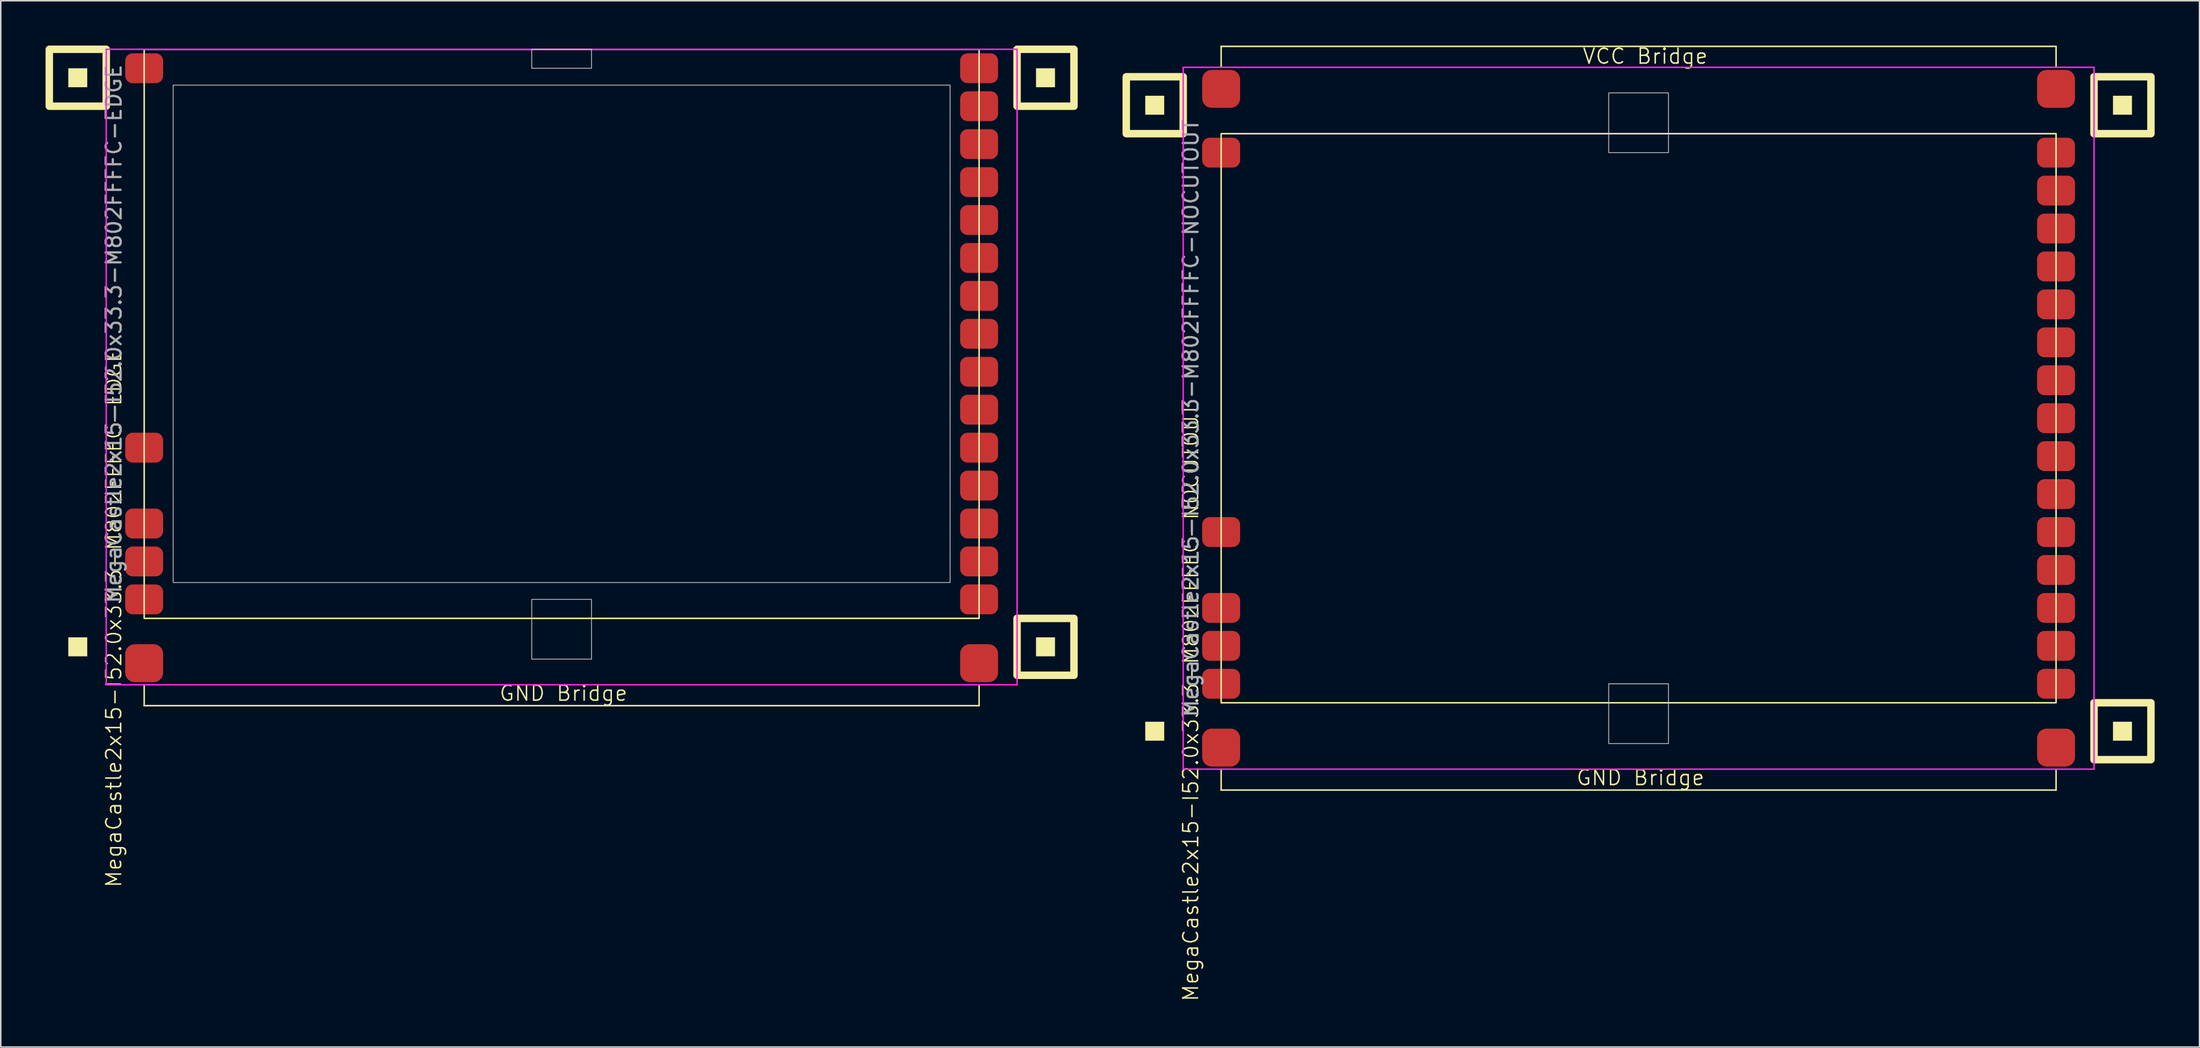
<source format=kicad_pcb>
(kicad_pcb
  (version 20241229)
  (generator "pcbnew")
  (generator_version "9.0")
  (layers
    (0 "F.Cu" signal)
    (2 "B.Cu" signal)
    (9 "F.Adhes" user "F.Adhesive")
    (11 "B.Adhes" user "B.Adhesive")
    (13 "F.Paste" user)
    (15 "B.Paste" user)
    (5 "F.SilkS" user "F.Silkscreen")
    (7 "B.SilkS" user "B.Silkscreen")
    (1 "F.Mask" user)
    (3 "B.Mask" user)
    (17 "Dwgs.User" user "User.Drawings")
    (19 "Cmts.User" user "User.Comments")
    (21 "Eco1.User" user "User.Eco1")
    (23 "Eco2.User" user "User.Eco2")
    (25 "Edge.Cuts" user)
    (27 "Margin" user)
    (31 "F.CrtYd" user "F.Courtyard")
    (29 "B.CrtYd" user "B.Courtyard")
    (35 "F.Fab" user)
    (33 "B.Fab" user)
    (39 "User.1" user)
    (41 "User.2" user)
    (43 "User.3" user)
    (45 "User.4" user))
  (footprint "MegaCastle2x15-I52.0x33.3-M802FFFFC-NOCUTOUT"
    (layer "F.Cu")
    (at 106.62 24.95)
    (property "Reference" "MegaCastle2x15-I52.0x33.3-M802FFFFC-NOCUTOUT" (at -29.972 19.05 90) (unlocked yes) (layer "F.SilkS") (effects (font (size 1 1) (thickness 0.1))))
    (attr smd)
    (fp_line (start -27.94 -24.895) (end 27.94 -24.895) (stroke (width 0.1) (type default)) (layer "F.SilkS"))
    (fp_line (start -27.94 -23.495) (end -27.94 -24.895) (stroke (width 0.1) (type default)) (layer "F.SilkS"))
    (fp_line (start -27.94 23.495) (end -27.94 24.895) (stroke (width 0.1) (type default)) (layer "F.SilkS"))
    (fp_line (start -27.94 24.895) (end 27.94 24.895) (stroke (width 0.1) (type default)) (layer "F.SilkS"))
    (fp_line (start 27.94 -23.495) (end 27.94 -24.895) (stroke (width 0.1) (type default)) (layer "F.SilkS"))
    (fp_line (start 27.94 23.495) (end 27.94 24.895) (stroke (width 0.1) (type default)) (layer "F.SilkS"))
    (fp_rect (start -31.75 -20.32) (end -33.02 -21.59) (stroke (width 0) (type solid)) (fill yes) (layer "F.SilkS"))
    (fp_rect (start -31.75 21.59) (end -33.02 20.32) (stroke (width 0) (type solid)) (fill yes) (layer "F.SilkS"))
    (fp_rect (start -30.48 -19.05) (end -34.29 -22.86) (stroke (width 0.5) (type default)) (fill no) (layer "F.SilkS"))
    (fp_rect (start -27.94 -19.05) (end 27.94 19.05) (stroke (width 0.1) (type default)) (fill no) (layer "F.SilkS"))
    (fp_rect (start 33.02 -20.32) (end 31.75 -21.59) (stroke (width 0) (type solid)) (fill yes) (layer "F.SilkS"))
    (fp_rect (start 33.02 21.59) (end 31.75 20.32) (stroke (width 0) (type solid)) (fill yes) (layer "F.SilkS"))
    (fp_rect (start 34.29 -19.05) (end 30.48 -22.86) (stroke (width 0.5) (type default)) (fill no) (layer "F.SilkS"))
    (fp_rect (start 34.29 22.86) (end 30.48 19.05) (stroke (width 0.5) (type default)) (fill no) (layer "F.SilkS"))
    (fp_rect (start -2 -17.78) (end 2 -21.78) (stroke (width 0.05) (type default)) (fill no) (layer "Edge.Cuts"))
    (fp_rect (start -2 17.78) (end 2 21.78) (stroke (width 0.05) (type default)) (fill no) (layer "Edge.Cuts"))
    (fp_line (start -30.48 -23.495) (end -30.48 23.495) (stroke (width 0.1) (type default)) (layer "F.CrtYd"))
    (fp_line (start -30.48 23.495) (end 30.48 23.495) (stroke (width 0.1) (type default)) (layer "F.CrtYd"))
    (fp_line (start 30.48 -23.495) (end -30.48 -23.495) (stroke (width 0.1) (type default)) (layer "F.CrtYd"))
    (fp_line (start 30.48 -23.495) (end 30.48 23.495) (stroke (width 0.1) (type default)) (layer "F.CrtYd"))
    (fp_text user "VCC Bridge" (at -3.81 -23.65 0) (unlocked yes) (layer "F.SilkS") (effects (font (size 1 1) (thickness 0.1)) (justify left bottom)))
    (fp_text user "GND Bridge" (at -4.226 24.65 0) (unlocked yes) (layer "F.SilkS") (effects (font (size 1 1) (thickness 0.1)) (justify left bottom)))
    (fp_text user "${REFERENCE}" (at -29.972 0 90) (unlocked yes) (layer "F.Fab") (effects (font (size 1 1) (thickness 0.15))))
    (pad "1" smd roundrect (at -27.94 -17.78) (size 2.54 2) (layers "F.Cu" "F.Mask" "F.Paste") (roundrect_rratio 0.25))
    (pad "11" smd roundrect (at -27.94 7.62) (size 2.54 2) (layers "F.Cu" "F.Mask" "F.Paste") (roundrect_rratio 0.25))
    (pad "13" smd roundrect (at -27.94 12.7) (size 2.54 2) (layers "F.Cu" "F.Mask" "F.Paste") (roundrect_rratio 0.25))
    (pad "14" smd roundrect (at -27.94 15.24) (size 2.54 2) (layers "F.Cu" "F.Mask" "F.Paste") (roundrect_rratio 0.25))
    (pad "15" smd roundrect (at -27.94 17.78) (size 2.54 2) (layers "F.Cu" "F.Mask" "F.Paste") (roundrect_rratio 0.25))
    (pad "16" smd roundrect (at 27.94 -17.78) (size 2.54 2) (layers "F.Cu" "F.Mask" "F.Paste") (roundrect_rratio 0.25))
    (pad "17" smd roundrect (at 27.94 -15.24) (size 2.54 2) (layers "F.Cu" "F.Mask" "F.Paste") (roundrect_rratio 0.25))
    (pad "18" smd roundrect (at 27.94 -12.7) (size 2.54 2) (layers "F.Cu" "F.Mask" "F.Paste") (roundrect_rratio 0.25))
    (pad "19" smd roundrect (at 27.94 -10.16) (size 2.54 2) (layers "F.Cu" "F.Mask" "F.Paste") (roundrect_rratio 0.25))
    (pad "20" smd roundrect (at 27.94 -7.62) (size 2.54 2) (layers "F.Cu" "F.Mask" "F.Paste") (roundrect_rratio 0.25))
    (pad "21" smd roundrect (at 27.94 -5.08) (size 2.54 2) (layers "F.Cu" "F.Mask" "F.Paste") (roundrect_rratio 0.25))
    (pad "22" smd roundrect (at 27.94 -2.54) (size 2.54 2) (layers "F.Cu" "F.Mask" "F.Paste") (roundrect_rratio 0.25))
    (pad "23" smd roundrect (at 27.94 0) (size 2.54 2) (layers "F.Cu" "F.Mask" "F.Paste") (roundrect_rratio 0.25))
    (pad "24" smd roundrect (at 27.94 2.54) (size 2.54 2) (layers "F.Cu" "F.Mask" "F.Paste") (roundrect_rratio 0.25))
    (pad "25" smd roundrect (at 27.94 5.08) (size 2.54 2) (layers "F.Cu" "F.Mask" "F.Paste") (roundrect_rratio 0.25))
    (pad "26" smd roundrect (at 27.94 7.62) (size 2.54 2) (layers "F.Cu" "F.Mask" "F.Paste") (roundrect_rratio 0.25))
    (pad "27" smd roundrect (at 27.94 10.16) (size 2.54 2) (layers "F.Cu" "F.Mask" "F.Paste") (roundrect_rratio 0.25))
    (pad "28" smd roundrect (at 27.94 12.7) (size 2.54 2) (layers "F.Cu" "F.Mask" "F.Paste") (roundrect_rratio 0.25))
    (pad "29" smd roundrect (at 27.94 15.24) (size 2.54 2) (layers "F.Cu" "F.Mask" "F.Paste") (roundrect_rratio 0.25))
    (pad "30" smd roundrect (at 27.94 17.78) (size 2.54 2) (layers "F.Cu" "F.Mask" "F.Paste") (roundrect_rratio 0.25))
    (pad "A1" smd roundrect (at -27.94 -22.05) (size 2.54 2.54) (layers "F.Cu" "F.Mask" "F.Paste") (roundrect_rratio 0.25))
    (pad "A2" smd roundrect (at 27.94 -22.05) (size 2.54 2.54) (layers "F.Cu" "F.Mask" "F.Paste") (roundrect_rratio 0.25))
    (pad "B1" smd roundrect (at -27.94 22.05) (size 2.54 2.54) (layers "F.Cu" "F.Mask" "F.Paste") (roundrect_rratio 0.25))
    (pad "B2" smd roundrect (at 27.94 22.05) (size 2.54 2.54) (layers "F.Cu" "F.Mask" "F.Paste") (roundrect_rratio 0.25)))
  (footprint "MegaCastle2x15-I52.0x33.3-M802FFFFC-EDGE"
    (layer "F.Cu")
    (at 34.54 19.3)
    (property "Reference" "MegaCastle2x15-I52.0x33.3-M802FFFFC-EDGE" (at -29.972 19.05 90) (unlocked yes) (layer "F.SilkS") (effects (font (size 1 1) (thickness 0.1))))
    (attr smd)
    (fp_line (start -27.94 23.495) (end -27.94 24.895) (stroke (width 0.1) (type default)) (layer "F.SilkS"))
    (fp_line (start -27.94 24.895) (end 27.94 24.895) (stroke (width 0.1) (type default)) (layer "F.SilkS"))
    (fp_line (start 27.94 23.495) (end 27.94 24.895) (stroke (width 0.1) (type default)) (layer "F.SilkS"))
    (fp_rect (start -31.75 -16.51) (end -33.02 -17.78) (stroke (width 0) (type solid)) (fill yes) (layer "F.SilkS"))
    (fp_rect (start -31.75 21.59) (end -33.02 20.32) (stroke (width 0) (type solid)) (fill yes) (layer "F.SilkS"))
    (fp_rect (start -30.48 -15.24) (end -34.29 -19.05) (stroke (width 0.5) (type default)) (fill no) (layer "F.SilkS"))
    (fp_rect (start -27.94 -19.05) (end 27.94 19.05) (stroke (width 0.1) (type default)) (fill no) (layer "F.SilkS"))
    (fp_rect (start 33.02 -16.51) (end 31.75 -17.78) (stroke (width 0) (type solid)) (fill yes) (layer "F.SilkS"))
    (fp_rect (start 33.02 21.59) (end 31.75 20.32) (stroke (width 0) (type solid)) (fill yes) (layer "F.SilkS"))
    (fp_rect (start 34.29 -15.24) (end 30.48 -19.05) (stroke (width 0.5) (type default)) (fill no) (layer "F.SilkS"))
    (fp_rect (start 34.29 22.86) (end 30.48 19.05) (stroke (width 0.5) (type default)) (fill no) (layer "F.SilkS"))
    (fp_rect (start -26 -16.65) (end 26 16.65) (stroke (width 0.05) (type default)) (fill no) (layer "Edge.Cuts"))
    (fp_rect (start -2 -17.78) (end 2 -19.05) (stroke (width 0.05) (type default)) (fill no) (layer "Edge.Cuts"))
    (fp_rect (start -2 17.78) (end 2 21.78) (stroke (width 0.05) (type default)) (fill no) (layer "Edge.Cuts"))
    (fp_line (start -30.48 -19.05) (end -30.48 23.495) (stroke (width 0.1) (type default)) (layer "F.CrtYd"))
    (fp_line (start -30.48 23.495) (end 30.48 23.495) (stroke (width 0.1) (type default)) (layer "F.CrtYd"))
    (fp_line (start 30.48 -19.05) (end -30.48 -19.05) (stroke (width 0.1) (type default)) (layer "F.CrtYd"))
    (fp_line (start 30.48 -19.05) (end 30.48 23.495) (stroke (width 0.1) (type default)) (layer "F.CrtYd"))
    (fp_text user "GND Bridge" (at -4.226 24.65 0) (unlocked yes) (layer "F.SilkS") (effects (font (size 1 1) (thickness 0.1)) (justify left bottom)))
    (fp_text user "${REFERENCE}" (at -29.972 0 90) (unlocked yes) (layer "F.Fab") (effects (font (size 1 1) (thickness 0.15))))
    (pad "1" smd roundrect (at -27.94 -17.78) (size 2.54 2) (layers "F.Cu" "F.Mask" "F.Paste") (roundrect_rratio 0.25))
    (pad "11" smd roundrect (at -27.94 7.62) (size 2.54 2) (layers "F.Cu" "F.Mask" "F.Paste") (roundrect_rratio 0.25))
    (pad "13" smd roundrect (at -27.94 12.7) (size 2.54 2) (layers "F.Cu" "F.Mask" "F.Paste") (roundrect_rratio 0.25))
    (pad "14" smd roundrect (at -27.94 15.24) (size 2.54 2) (layers "F.Cu" "F.Mask" "F.Paste") (roundrect_rratio 0.25))
    (pad "15" smd roundrect (at -27.94 17.78) (size 2.54 2) (layers "F.Cu" "F.Mask" "F.Paste") (roundrect_rratio 0.25))
    (pad "16" smd roundrect (at 27.94 -17.78) (size 2.54 2) (layers "F.Cu" "F.Mask" "F.Paste") (roundrect_rratio 0.25))
    (pad "17" smd roundrect (at 27.94 -15.24) (size 2.54 2) (layers "F.Cu" "F.Mask" "F.Paste") (roundrect_rratio 0.25))
    (pad "18" smd roundrect (at 27.94 -12.7) (size 2.54 2) (layers "F.Cu" "F.Mask" "F.Paste") (roundrect_rratio 0.25))
    (pad "19" smd roundrect (at 27.94 -10.16) (size 2.54 2) (layers "F.Cu" "F.Mask" "F.Paste") (roundrect_rratio 0.25))
    (pad "20" smd roundrect (at 27.94 -7.62) (size 2.54 2) (layers "F.Cu" "F.Mask" "F.Paste") (roundrect_rratio 0.25))
    (pad "21" smd roundrect (at 27.94 -5.08) (size 2.54 2) (layers "F.Cu" "F.Mask" "F.Paste") (roundrect_rratio 0.25))
    (pad "22" smd roundrect (at 27.94 -2.54) (size 2.54 2) (layers "F.Cu" "F.Mask" "F.Paste") (roundrect_rratio 0.25))
    (pad "23" smd roundrect (at 27.94 0) (size 2.54 2) (layers "F.Cu" "F.Mask" "F.Paste") (roundrect_rratio 0.25))
    (pad "24" smd roundrect (at 27.94 2.54) (size 2.54 2) (layers "F.Cu" "F.Mask" "F.Paste") (roundrect_rratio 0.25))
    (pad "25" smd roundrect (at 27.94 5.08) (size 2.54 2) (layers "F.Cu" "F.Mask" "F.Paste") (roundrect_rratio 0.25))
    (pad "26" smd roundrect (at 27.94 7.62) (size 2.54 2) (layers "F.Cu" "F.Mask" "F.Paste") (roundrect_rratio 0.25))
    (pad "27" smd roundrect (at 27.94 10.16) (size 2.54 2) (layers "F.Cu" "F.Mask" "F.Paste") (roundrect_rratio 0.25))
    (pad "28" smd roundrect (at 27.94 12.7) (size 2.54 2) (layers "F.Cu" "F.Mask" "F.Paste") (roundrect_rratio 0.25))
    (pad "29" smd roundrect (at 27.94 15.24) (size 2.54 2) (layers "F.Cu" "F.Mask" "F.Paste") (roundrect_rratio 0.25))
    (pad "30" smd roundrect (at 27.94 17.78) (size 2.54 2) (layers "F.Cu" "F.Mask" "F.Paste") (roundrect_rratio 0.25))
    (pad "B1" smd roundrect (at -27.94 22.05) (size 2.54 2.54) (layers "F.Cu" "F.Mask" "F.Paste") (roundrect_rratio 0.25))
    (pad "B2" smd roundrect (at 27.94 22.05) (size 2.54 2.54) (layers "F.Cu" "F.Mask" "F.Paste") (roundrect_rratio 0.25)))
  (gr_rect
    (start -3 -3)
    (end 144.16 67.05)
    (stroke (width 0.1) (type default))
    (fill no)
    (layer "Edge.Cuts")))
</source>
